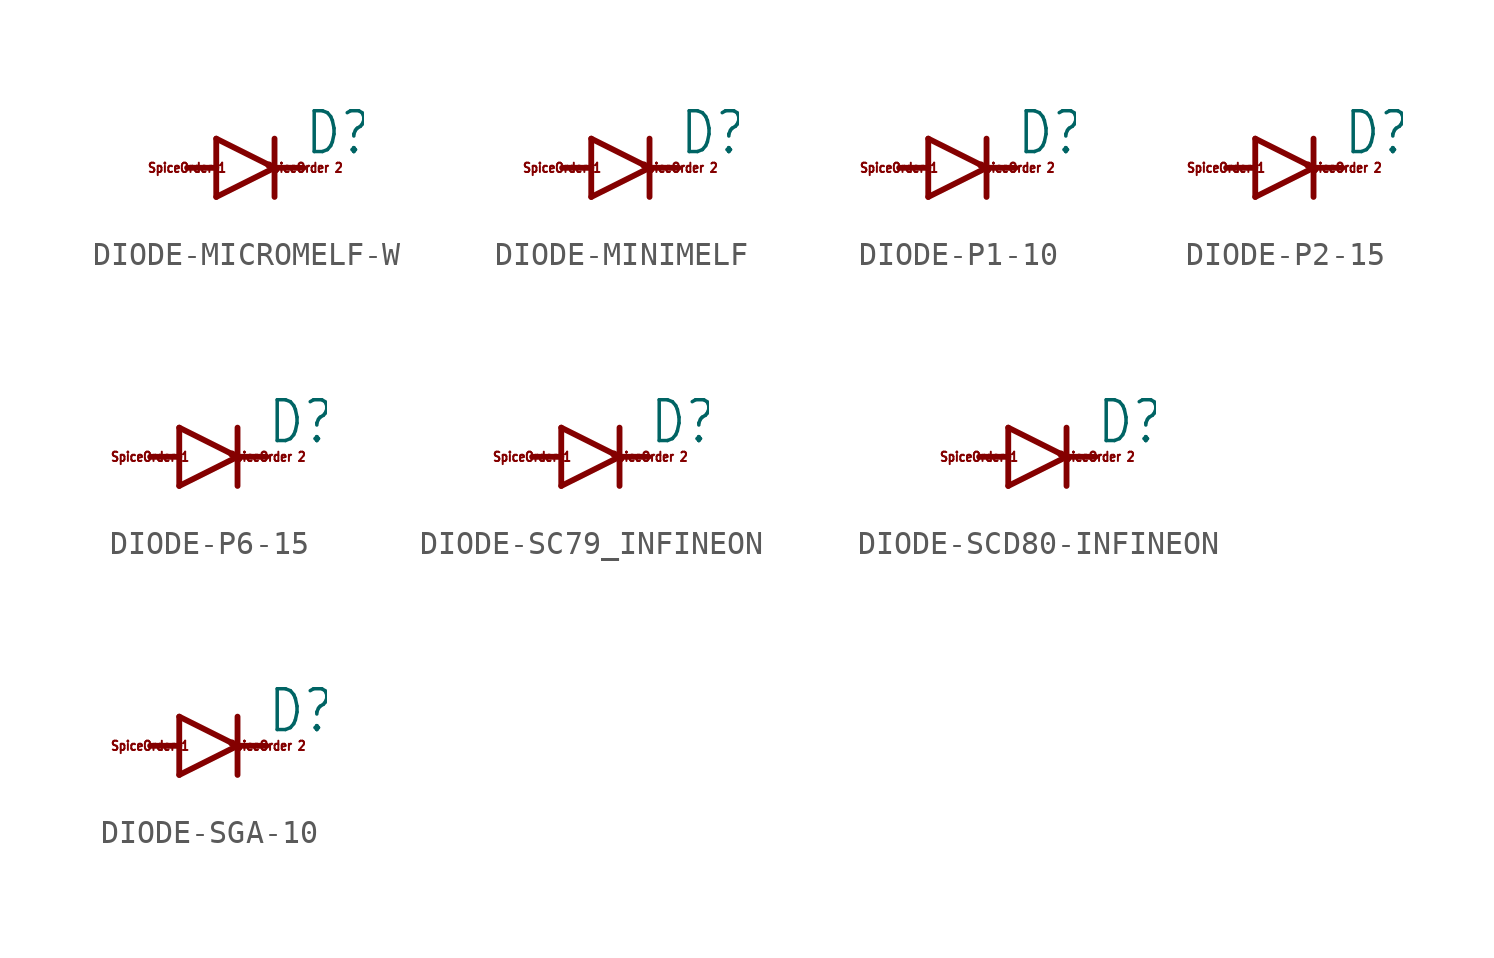
<source format=kicad_sym>
(kicad_symbol_lib
  (version 20241209)
  (generator "kicad_symbol_editor")
  (generator_version "9.0")
  (symbol "DIODE-MICROMELF-W"
    (property "Reference" "D"
      (at 2.54 0.483 0)
      (effects (font (size 1.778 1.511)) (justify left bottom)))
    (property "Value" ""
      (at 2.54 -2.311 0)
      (effects (font (size 1.778 1.511)) (justify left bottom)))
    (property "ki_locked" ""
      (at 0 0 0)
      (effects (font (size 1.27 1.27))))
    (symbol "DIODE-MICROMELF-W_1_0"
      (polyline (pts (xy -1.27 1.27) (xy -1.27 0)) (stroke (width 0.254) (type solid)) (fill (type none)))
      (polyline (pts (xy -1.27 0) (xy -2.54 0)) (stroke (width 0.254) (type solid)) (fill (type none)))
      (polyline (pts (xy -1.27 0) (xy -1.27 -1.27)) (stroke (width 0.254) (type solid)) (fill (type none)))
      (polyline (pts (xy -1.27 -1.27) (xy 1.27 0)) (stroke (width 0.254) (type solid)) (fill (type none)))
      (polyline (pts (xy 1.27 1.27) (xy 1.27 0)) (stroke (width 0.254) (type solid)) (fill (type none)))
      (polyline (pts (xy 1.27 0) (xy -1.27 1.27)) (stroke (width 0.254) (type solid)) (fill (type none)))
      (polyline (pts (xy 1.27 0) (xy 1.27 -1.27)) (stroke (width 0.254) (type solid)) (fill (type none)))
      (polyline (pts (xy 2.54 0) (xy 1.27 0)) (stroke (width 0.254) (type solid)) (fill (type none)))
      (text "SpiceOrder 1" (at -2.54 0 0) (effects (font (size 0.406 0.345))))
      (text "SpiceOrder 2" (at 2.54 0 0) (effects (font (size 0.406 0.345))))
      (pin passive line (at -2.54 0 0) (length 0) (name "A" (effects (font (size 0 0)))) (number "A" (effects (font (size 0 0)))))
      (pin passive line (at 2.54 0 180) (length 0) (name "C" (effects (font (size 0 0)))) (number "C" (effects (font (size 0 0)))))))
  (symbol "DIODE-MINIMELF"
    (property "Reference" "D"
      (at 2.54 0.483 0)
      (effects (font (size 1.778 1.511)) (justify left bottom)))
    (property "Value" ""
      (at 2.54 -2.311 0)
      (effects (font (size 1.778 1.511)) (justify left bottom)))
    (property "ki_locked" ""
      (at 0 0 0)
      (effects (font (size 1.27 1.27))))
    (symbol "DIODE-MINIMELF_1_0"
      (polyline (pts (xy -1.27 1.27) (xy -1.27 0)) (stroke (width 0.254) (type solid)) (fill (type none)))
      (polyline (pts (xy -1.27 0) (xy -2.54 0)) (stroke (width 0.254) (type solid)) (fill (type none)))
      (polyline (pts (xy -1.27 0) (xy -1.27 -1.27)) (stroke (width 0.254) (type solid)) (fill (type none)))
      (polyline (pts (xy -1.27 -1.27) (xy 1.27 0)) (stroke (width 0.254) (type solid)) (fill (type none)))
      (polyline (pts (xy 1.27 1.27) (xy 1.27 0)) (stroke (width 0.254) (type solid)) (fill (type none)))
      (polyline (pts (xy 1.27 0) (xy -1.27 1.27)) (stroke (width 0.254) (type solid)) (fill (type none)))
      (polyline (pts (xy 1.27 0) (xy 1.27 -1.27)) (stroke (width 0.254) (type solid)) (fill (type none)))
      (polyline (pts (xy 2.54 0) (xy 1.27 0)) (stroke (width 0.254) (type solid)) (fill (type none)))
      (text "SpiceOrder 1" (at -2.54 0 0) (effects (font (size 0.406 0.345))))
      (text "SpiceOrder 2" (at 2.54 0 0) (effects (font (size 0.406 0.345))))
      (pin passive line (at -2.54 0 0) (length 0) (name "A" (effects (font (size 0 0)))) (number "A" (effects (font (size 0 0)))))
      (pin passive line (at 2.54 0 180) (length 0) (name "C" (effects (font (size 0 0)))) (number "C" (effects (font (size 0 0)))))))
  (symbol "DIODE-P1-10"
    (property "Reference" "D"
      (at 2.54 0.483 0)
      (effects (font (size 1.778 1.511)) (justify left bottom)))
    (property "Value" ""
      (at 2.54 -2.311 0)
      (effects (font (size 1.778 1.511)) (justify left bottom)))
    (property "ki_locked" ""
      (at 0 0 0)
      (effects (font (size 1.27 1.27))))
    (symbol "DIODE-P1-10_1_0"
      (polyline (pts (xy -1.27 1.27) (xy -1.27 0)) (stroke (width 0.254) (type solid)) (fill (type none)))
      (polyline (pts (xy -1.27 0) (xy -2.54 0)) (stroke (width 0.254) (type solid)) (fill (type none)))
      (polyline (pts (xy -1.27 0) (xy -1.27 -1.27)) (stroke (width 0.254) (type solid)) (fill (type none)))
      (polyline (pts (xy -1.27 -1.27) (xy 1.27 0)) (stroke (width 0.254) (type solid)) (fill (type none)))
      (polyline (pts (xy 1.27 1.27) (xy 1.27 0)) (stroke (width 0.254) (type solid)) (fill (type none)))
      (polyline (pts (xy 1.27 0) (xy -1.27 1.27)) (stroke (width 0.254) (type solid)) (fill (type none)))
      (polyline (pts (xy 1.27 0) (xy 1.27 -1.27)) (stroke (width 0.254) (type solid)) (fill (type none)))
      (polyline (pts (xy 2.54 0) (xy 1.27 0)) (stroke (width 0.254) (type solid)) (fill (type none)))
      (text "SpiceOrder 1" (at -2.54 0 0) (effects (font (size 0.406 0.345))))
      (text "SpiceOrder 2" (at 2.54 0 0) (effects (font (size 0.406 0.345))))
      (pin passive line (at -2.54 0 0) (length 0) (name "A" (effects (font (size 0 0)))) (number "A" (effects (font (size 0 0)))))
      (pin passive line (at 2.54 0 180) (length 0) (name "C" (effects (font (size 0 0)))) (number "C" (effects (font (size 0 0)))))))
  (symbol "DIODE-P2-15"
    (property "Reference" "D"
      (at 2.54 0.483 0)
      (effects (font (size 1.778 1.511)) (justify left bottom)))
    (property "Value" ""
      (at 2.54 -2.311 0)
      (effects (font (size 1.778 1.511)) (justify left bottom)))
    (property "ki_locked" ""
      (at 0 0 0)
      (effects (font (size 1.27 1.27))))
    (symbol "DIODE-P2-15_1_0"
      (polyline (pts (xy -1.27 1.27) (xy -1.27 0)) (stroke (width 0.254) (type solid)) (fill (type none)))
      (polyline (pts (xy -1.27 0) (xy -2.54 0)) (stroke (width 0.254) (type solid)) (fill (type none)))
      (polyline (pts (xy -1.27 0) (xy -1.27 -1.27)) (stroke (width 0.254) (type solid)) (fill (type none)))
      (polyline (pts (xy -1.27 -1.27) (xy 1.27 0)) (stroke (width 0.254) (type solid)) (fill (type none)))
      (polyline (pts (xy 1.27 1.27) (xy 1.27 0)) (stroke (width 0.254) (type solid)) (fill (type none)))
      (polyline (pts (xy 1.27 0) (xy -1.27 1.27)) (stroke (width 0.254) (type solid)) (fill (type none)))
      (polyline (pts (xy 1.27 0) (xy 1.27 -1.27)) (stroke (width 0.254) (type solid)) (fill (type none)))
      (polyline (pts (xy 2.54 0) (xy 1.27 0)) (stroke (width 0.254) (type solid)) (fill (type none)))
      (text "SpiceOrder 1" (at -2.54 0 0) (effects (font (size 0.406 0.345))))
      (text "SpiceOrder 2" (at 2.54 0 0) (effects (font (size 0.406 0.345))))
      (pin passive line (at -2.54 0 0) (length 0) (name "A" (effects (font (size 0 0)))) (number "A" (effects (font (size 0 0)))))
      (pin passive line (at 2.54 0 180) (length 0) (name "C" (effects (font (size 0 0)))) (number "C" (effects (font (size 0 0)))))))
  (symbol "DIODE-P6-15"
    (property "Reference" "D"
      (at 2.54 0.483 0)
      (effects (font (size 1.778 1.511)) (justify left bottom)))
    (property "Value" ""
      (at 2.54 -2.311 0)
      (effects (font (size 1.778 1.511)) (justify left bottom)))
    (property "ki_locked" ""
      (at 0 0 0)
      (effects (font (size 1.27 1.27))))
    (symbol "DIODE-P6-15_1_0"
      (polyline (pts (xy -1.27 1.27) (xy -1.27 0)) (stroke (width 0.254) (type solid)) (fill (type none)))
      (polyline (pts (xy -1.27 0) (xy -2.54 0)) (stroke (width 0.254) (type solid)) (fill (type none)))
      (polyline (pts (xy -1.27 0) (xy -1.27 -1.27)) (stroke (width 0.254) (type solid)) (fill (type none)))
      (polyline (pts (xy -1.27 -1.27) (xy 1.27 0)) (stroke (width 0.254) (type solid)) (fill (type none)))
      (polyline (pts (xy 1.27 1.27) (xy 1.27 0)) (stroke (width 0.254) (type solid)) (fill (type none)))
      (polyline (pts (xy 1.27 0) (xy -1.27 1.27)) (stroke (width 0.254) (type solid)) (fill (type none)))
      (polyline (pts (xy 1.27 0) (xy 1.27 -1.27)) (stroke (width 0.254) (type solid)) (fill (type none)))
      (polyline (pts (xy 2.54 0) (xy 1.27 0)) (stroke (width 0.254) (type solid)) (fill (type none)))
      (text "SpiceOrder 1" (at -2.54 0 0) (effects (font (size 0.406 0.345))))
      (text "SpiceOrder 2" (at 2.54 0 0) (effects (font (size 0.406 0.345))))
      (pin passive line (at -2.54 0 0) (length 0) (name "A" (effects (font (size 0 0)))) (number "A" (effects (font (size 0 0)))))
      (pin passive line (at 2.54 0 180) (length 0) (name "C" (effects (font (size 0 0)))) (number "C" (effects (font (size 0 0)))))))
  (symbol "DIODE-SC79_INFINEON"
    (property "Reference" "D"
      (at 2.54 0.483 0)
      (effects (font (size 1.778 1.511)) (justify left bottom)))
    (property "Value" ""
      (at 2.54 -2.311 0)
      (effects (font (size 1.778 1.511)) (justify left bottom)))
    (property "ki_locked" ""
      (at 0 0 0)
      (effects (font (size 1.27 1.27))))
    (symbol "DIODE-SC79_INFINEON_1_0"
      (polyline (pts (xy -1.27 1.27) (xy -1.27 0)) (stroke (width 0.254) (type solid)) (fill (type none)))
      (polyline (pts (xy -1.27 0) (xy -2.54 0)) (stroke (width 0.254) (type solid)) (fill (type none)))
      (polyline (pts (xy -1.27 0) (xy -1.27 -1.27)) (stroke (width 0.254) (type solid)) (fill (type none)))
      (polyline (pts (xy -1.27 -1.27) (xy 1.27 0)) (stroke (width 0.254) (type solid)) (fill (type none)))
      (polyline (pts (xy 1.27 1.27) (xy 1.27 0)) (stroke (width 0.254) (type solid)) (fill (type none)))
      (polyline (pts (xy 1.27 0) (xy -1.27 1.27)) (stroke (width 0.254) (type solid)) (fill (type none)))
      (polyline (pts (xy 1.27 0) (xy 1.27 -1.27)) (stroke (width 0.254) (type solid)) (fill (type none)))
      (polyline (pts (xy 2.54 0) (xy 1.27 0)) (stroke (width 0.254) (type solid)) (fill (type none)))
      (text "SpiceOrder 1" (at -2.54 0 0) (effects (font (size 0.406 0.345))))
      (text "SpiceOrder 2" (at 2.54 0 0) (effects (font (size 0.406 0.345))))
      (pin passive line (at -2.54 0 0) (length 0) (name "A" (effects (font (size 0 0)))) (number "A" (effects (font (size 0 0)))))
      (pin passive line (at 2.54 0 180) (length 0) (name "C" (effects (font (size 0 0)))) (number "C" (effects (font (size 0 0)))))))
  (symbol "DIODE-SCD80-INFINEON"
    (property "Reference" "D"
      (at 2.54 0.483 0)
      (effects (font (size 1.778 1.511)) (justify left bottom)))
    (property "Value" ""
      (at 2.54 -2.311 0)
      (effects (font (size 1.778 1.511)) (justify left bottom)))
    (property "ki_locked" ""
      (at 0 0 0)
      (effects (font (size 1.27 1.27))))
    (symbol "DIODE-SCD80-INFINEON_1_0"
      (polyline (pts (xy -1.27 1.27) (xy -1.27 0)) (stroke (width 0.254) (type solid)) (fill (type none)))
      (polyline (pts (xy -1.27 0) (xy -2.54 0)) (stroke (width 0.254) (type solid)) (fill (type none)))
      (polyline (pts (xy -1.27 0) (xy -1.27 -1.27)) (stroke (width 0.254) (type solid)) (fill (type none)))
      (polyline (pts (xy -1.27 -1.27) (xy 1.27 0)) (stroke (width 0.254) (type solid)) (fill (type none)))
      (polyline (pts (xy 1.27 1.27) (xy 1.27 0)) (stroke (width 0.254) (type solid)) (fill (type none)))
      (polyline (pts (xy 1.27 0) (xy -1.27 1.27)) (stroke (width 0.254) (type solid)) (fill (type none)))
      (polyline (pts (xy 1.27 0) (xy 1.27 -1.27)) (stroke (width 0.254) (type solid)) (fill (type none)))
      (polyline (pts (xy 2.54 0) (xy 1.27 0)) (stroke (width 0.254) (type solid)) (fill (type none)))
      (text "SpiceOrder 1" (at -2.54 0 0) (effects (font (size 0.406 0.345))))
      (text "SpiceOrder 2" (at 2.54 0 0) (effects (font (size 0.406 0.345))))
      (pin passive line (at -2.54 0 0) (length 0) (name "A" (effects (font (size 0 0)))) (number "A" (effects (font (size 0 0)))))
      (pin passive line (at 2.54 0 180) (length 0) (name "C" (effects (font (size 0 0)))) (number "C" (effects (font (size 0 0)))))))
  (symbol "DIODE-SGA-10"
    (property "Reference" "D"
      (at 2.54 0.483 0)
      (effects (font (size 1.778 1.511)) (justify left bottom)))
    (property "Value" ""
      (at 2.54 -2.311 0)
      (effects (font (size 1.778 1.511)) (justify left bottom)))
    (property "ki_locked" ""
      (at 0 0 0)
      (effects (font (size 1.27 1.27))))
    (symbol "DIODE-SGA-10_1_0"
      (polyline (pts (xy -1.27 1.27) (xy -1.27 0)) (stroke (width 0.254) (type solid)) (fill (type none)))
      (polyline (pts (xy -1.27 0) (xy -2.54 0)) (stroke (width 0.254) (type solid)) (fill (type none)))
      (polyline (pts (xy -1.27 0) (xy -1.27 -1.27)) (stroke (width 0.254) (type solid)) (fill (type none)))
      (polyline (pts (xy -1.27 -1.27) (xy 1.27 0)) (stroke (width 0.254) (type solid)) (fill (type none)))
      (polyline (pts (xy 1.27 1.27) (xy 1.27 0)) (stroke (width 0.254) (type solid)) (fill (type none)))
      (polyline (pts (xy 1.27 0) (xy -1.27 1.27)) (stroke (width 0.254) (type solid)) (fill (type none)))
      (polyline (pts (xy 1.27 0) (xy 1.27 -1.27)) (stroke (width 0.254) (type solid)) (fill (type none)))
      (polyline (pts (xy 2.54 0) (xy 1.27 0)) (stroke (width 0.254) (type solid)) (fill (type none)))
      (text "SpiceOrder 1" (at -2.54 0 0) (effects (font (size 0.406 0.345))))
      (text "SpiceOrder 2" (at 2.54 0 0) (effects (font (size 0.406 0.345))))
      (pin passive line (at -2.54 0 0) (length 0) (name "A" (effects (font (size 0 0)))) (number "A" (effects (font (size 0 0)))))
      (pin passive line (at 2.54 0 180) (length 0) (name "C" (effects (font (size 0 0)))) (number "C" (effects (font (size 0 0))))))))
</source>
